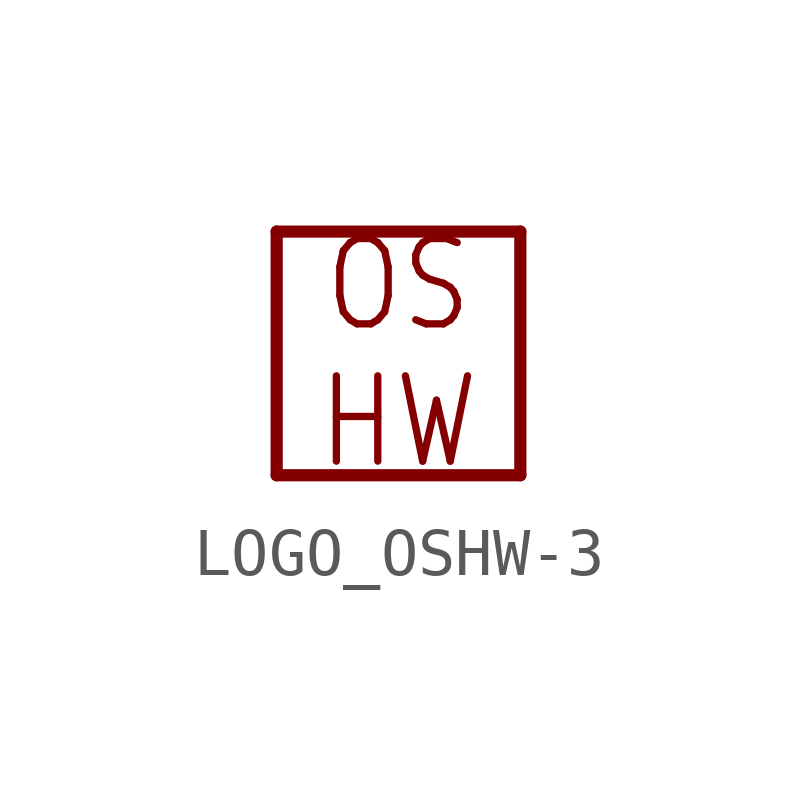
<source format=kicad_sym>
(kicad_symbol_lib
  (version 20231120)
  (generator "kicad_symbol_editor")
  (generator_version "8.0")
  (symbol "LOGO_OSHW-3"
    (property "Reference" "LOGO"
      (at 0 0 0)
      (effects (font (size 1.27 1.27)) (hide yes)))
    (property "ki_locked" ""
      (at 0 0 0)
      (effects (font (size 1.27 1.27))))
    (symbol "LOGO_OSHW-3_1_0"
      (polyline (pts (xy -2.54 -2.54) (xy -2.54 2.54)) (stroke (width 0.254) (type solid)) (fill (type none)))
      (polyline (pts (xy -2.54 2.54) (xy 2.54 2.54)) (stroke (width 0.254) (type solid)) (fill (type none)))
      (polyline (pts (xy 2.54 -2.54) (xy -2.54 -2.54)) (stroke (width 0.254) (type solid)) (fill (type none)))
      (polyline (pts (xy 2.54 2.54) (xy 2.54 -2.54)) (stroke (width 0.254) (type solid)) (fill (type none)))
      (text "OS\nHW" (at 0 0 0) (effects (font (size 1.778 1.511)))))))
</source>
